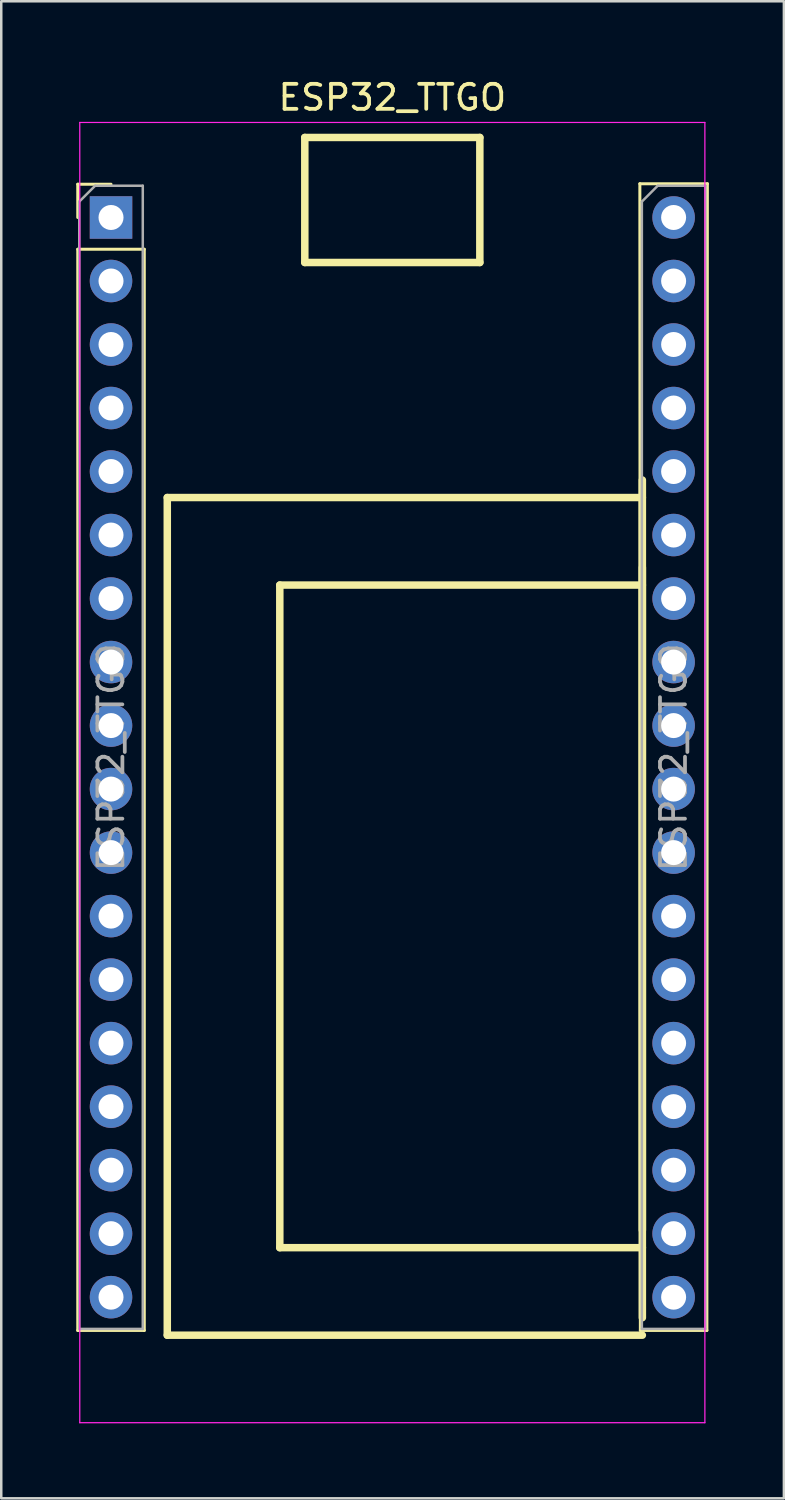
<source format=kicad_pcb>
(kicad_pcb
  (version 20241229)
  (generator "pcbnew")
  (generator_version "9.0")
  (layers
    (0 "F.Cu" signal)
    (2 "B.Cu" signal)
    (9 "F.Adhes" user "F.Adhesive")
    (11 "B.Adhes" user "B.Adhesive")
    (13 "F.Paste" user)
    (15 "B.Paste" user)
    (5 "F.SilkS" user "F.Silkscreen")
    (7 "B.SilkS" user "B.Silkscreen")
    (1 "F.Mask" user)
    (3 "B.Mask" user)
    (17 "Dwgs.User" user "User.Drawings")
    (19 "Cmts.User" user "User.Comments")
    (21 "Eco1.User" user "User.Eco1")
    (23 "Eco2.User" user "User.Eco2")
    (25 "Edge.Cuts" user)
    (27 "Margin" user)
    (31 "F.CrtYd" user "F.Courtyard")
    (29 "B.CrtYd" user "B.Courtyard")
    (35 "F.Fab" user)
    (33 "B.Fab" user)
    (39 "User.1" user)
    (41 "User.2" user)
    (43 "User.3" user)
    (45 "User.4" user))
  (footprint "ESP32_TTGO"
    (layer "F.Cu")
    (at 12.64 27.848)
    (property "Reference" "ESP32_TTGO" (at 0 -27 0) (layer "F.SilkS") (effects (font (size 1 1) (thickness 0.15))))
    (attr through_hole)
    (fp_line (start -12.58 -23.53) (end -11.25 -23.53) (stroke (width 0.12) (type solid)) (layer "F.SilkS"))
    (fp_line (start -12.58 -22.2) (end -12.58 -23.53) (stroke (width 0.12) (type solid)) (layer "F.SilkS"))
    (fp_line (start -12.58 -20.93) (end -12.58 22.31) (stroke (width 0.12) (type solid)) (layer "F.SilkS"))
    (fp_line (start -12.58 -20.93) (end -9.92 -20.93) (stroke (width 0.12) (type solid)) (layer "F.SilkS"))
    (fp_line (start -12.58 22.31) (end -9.92 22.31) (stroke (width 0.12) (type solid)) (layer "F.SilkS"))
    (fp_line (start -9.92 -20.93) (end -9.92 22.31) (stroke (width 0.12) (type solid)) (layer "F.SilkS"))
    (fp_line (start -9 -11) (end -9 22.5) (stroke (width 0.3) (type solid)) (layer "F.SilkS"))
    (fp_line (start -9 22.5) (end 10 22.5) (stroke (width 0.3) (type solid)) (layer "F.SilkS"))
    (fp_line (start -4.5 -7.5) (end 10 -7.5) (stroke (width 0.3) (type solid)) (layer "F.SilkS"))
    (fp_line (start -4.5 19) (end -4.5 -7.5) (stroke (width 0.3) (type solid)) (layer "F.SilkS"))
    (fp_line (start -3.5 -25.4) (end -3.5 -20.4) (stroke (width 0.3) (type solid)) (layer "F.SilkS"))
    (fp_line (start -3.5 -20.4) (end 3.5 -20.4) (stroke (width 0.3) (type solid)) (layer "F.SilkS"))
    (fp_line (start 3.5 -25.4) (end -3.5 -25.4) (stroke (width 0.3) (type solid)) (layer "F.SilkS"))
    (fp_line (start 3.5 -20.4) (end 3.5 -25.4) (stroke (width 0.3) (type solid)) (layer "F.SilkS"))
    (fp_line (start 9.9 -23.55) (end 9.92 22.31) (stroke (width 0.12) (type solid)) (layer "F.SilkS"))
    (fp_line (start 9.9 -23.55) (end 12.6 -23.55) (stroke (width 0.12) (type solid)) (layer "F.SilkS"))
    (fp_line (start 9.92 22.31) (end 12.58 22.31) (stroke (width 0.12) (type solid)) (layer "F.SilkS"))
    (fp_line (start 10 -11) (end -9 -11) (stroke (width 0.3) (type solid)) (layer "F.SilkS"))
    (fp_line (start 10 -8.2) (end 10 18.3) (stroke (width 0.3) (type solid)) (layer "F.SilkS"))
    (fp_line (start 10 19) (end -4.5 19) (stroke (width 0.3) (type solid)) (layer "F.SilkS"))
    (fp_line (start 10 21.8) (end 10 -11.7) (stroke (width 0.3) (type solid)) (layer "F.SilkS"))
    (fp_line (start 12.6 -23.55) (end 12.58 22.31) (stroke (width 0.12) (type solid)) (layer "F.SilkS"))
    (fp_line (start -12.5 -26) (end -12.5 26) (stroke (width 0.05) (type solid)) (layer "F.CrtYd"))
    (fp_line (start -12.5 26) (end 12.5 26) (stroke (width 0.05) (type solid)) (layer "F.CrtYd"))
    (fp_line (start 12.5 -26) (end -12.5 -26) (stroke (width 0.05) (type solid)) (layer "F.CrtYd"))
    (fp_line (start 12.5 26) (end 12.5 -26) (stroke (width 0.05) (type solid)) (layer "F.CrtYd"))
    (fp_line (start -12.52 -22.835) (end -11.885 -23.47) (stroke (width 0.1) (type solid)) (layer "F.Fab"))
    (fp_line (start -12.52 22.25) (end -12.52 -22.835) (stroke (width 0.1) (type solid)) (layer "F.Fab"))
    (fp_line (start -11.885 -23.47) (end -9.98 -23.47) (stroke (width 0.1) (type solid)) (layer "F.Fab"))
    (fp_line (start -9.98 -23.47) (end -9.98 22.25) (stroke (width 0.1) (type solid)) (layer "F.Fab"))
    (fp_line (start -9.98 22.25) (end -12.52 22.25) (stroke (width 0.1) (type solid)) (layer "F.Fab"))
    (fp_line (start 9.98 -22.835) (end 10.615 -23.47) (stroke (width 0.1) (type solid)) (layer "F.Fab"))
    (fp_line (start 9.98 22.25) (end 9.98 -22.835) (stroke (width 0.1) (type solid)) (layer "F.Fab"))
    (fp_line (start 10.615 -23.47) (end 12.52 -23.47) (stroke (width 0.1) (type solid)) (layer "F.Fab"))
    (fp_line (start 12.52 -23.47) (end 12.52 22.25) (stroke (width 0.1) (type solid)) (layer "F.Fab"))
    (fp_line (start 12.52 22.25) (end 9.98 22.25) (stroke (width 0.1) (type solid)) (layer "F.Fab"))
    (fp_text user "${REFERENCE}" (at 11.25 -0.61 90) (layer "F.Fab") (effects (font (size 1 1) (thickness 0.15))))
    (fp_text user "${REFERENCE}" (at -11.25 -0.61 90) (layer "F.Fab") (effects (font (size 1 1) (thickness 0.15))))
    (pad "1" thru_hole rect (at -11.25 -22.2) (size 1.7 1.7) (drill 1) (layers "*.Cu" "*.Mask"))
    (pad "2" thru_hole oval (at -11.25 -19.66) (size 1.7 1.7) (drill 1) (layers "*.Cu" "*.Mask"))
    (pad "3" thru_hole oval (at -11.25 -17.12) (size 1.7 1.7) (drill 1) (layers "*.Cu" "*.Mask"))
    (pad "4" thru_hole oval (at -11.25 -14.58) (size 1.7 1.7) (drill 1) (layers "*.Cu" "*.Mask"))
    (pad "5" thru_hole oval (at -11.25 -12.04) (size 1.7 1.7) (drill 1) (layers "*.Cu" "*.Mask"))
    (pad "6" thru_hole oval (at -11.25 -9.5) (size 1.7 1.7) (drill 1) (layers "*.Cu" "*.Mask"))
    (pad "7" thru_hole oval (at -11.25 -6.96) (size 1.7 1.7) (drill 1) (layers "*.Cu" "*.Mask"))
    (pad "8" thru_hole oval (at -11.25 -4.42) (size 1.7 1.7) (drill 1) (layers "*.Cu" "*.Mask"))
    (pad "9" thru_hole oval (at -11.25 -1.88) (size 1.7 1.7) (drill 1) (layers "*.Cu" "*.Mask"))
    (pad "10" thru_hole oval (at -11.25 0.66) (size 1.7 1.7) (drill 1) (layers "*.Cu" "*.Mask"))
    (pad "11" thru_hole oval (at -11.25 3.2) (size 1.7 1.7) (drill 1) (layers "*.Cu" "*.Mask"))
    (pad "12" thru_hole oval (at -11.25 5.74) (size 1.7 1.7) (drill 1) (layers "*.Cu" "*.Mask"))
    (pad "13" thru_hole oval (at -11.25 8.28) (size 1.7 1.7) (drill 1) (layers "*.Cu" "*.Mask"))
    (pad "14" thru_hole oval (at -11.25 10.82) (size 1.7 1.7) (drill 1) (layers "*.Cu" "*.Mask"))
    (pad "15" thru_hole oval (at -11.25 13.36) (size 1.7 1.7) (drill 1) (layers "*.Cu" "*.Mask"))
    (pad "16" thru_hole oval (at -11.25 15.9) (size 1.7 1.7) (drill 1) (layers "*.Cu" "*.Mask"))
    (pad "17" thru_hole oval (at -11.25 18.44) (size 1.7 1.7) (drill 1) (layers "*.Cu" "*.Mask"))
    (pad "18" thru_hole oval (at -11.25 20.98) (size 1.7 1.7) (drill 1) (layers "*.Cu" "*.Mask"))
    (pad "19" thru_hole oval (at 11.25 20.98) (size 1.7 1.7) (drill 1) (layers "*.Cu" "*.Mask"))
    (pad "20" thru_hole oval (at 11.25 18.44) (size 1.7 1.7) (drill 1) (layers "*.Cu" "*.Mask"))
    (pad "21" thru_hole oval (at 11.25 15.9) (size 1.7 1.7) (drill 1) (layers "*.Cu" "*.Mask"))
    (pad "22" thru_hole oval (at 11.25 13.36) (size 1.7 1.7) (drill 1) (layers "*.Cu" "*.Mask"))
    (pad "23" thru_hole oval (at 11.25 10.82) (size 1.7 1.7) (drill 1) (layers "*.Cu" "*.Mask"))
    (pad "24" thru_hole oval (at 11.25 8.28) (size 1.7 1.7) (drill 1) (layers "*.Cu" "*.Mask"))
    (pad "25" thru_hole oval (at 11.25 5.74) (size 1.7 1.7) (drill 1) (layers "*.Cu" "*.Mask"))
    (pad "26" thru_hole oval (at 11.25 3.2) (size 1.7 1.7) (drill 1) (layers "*.Cu" "*.Mask"))
    (pad "27" thru_hole oval (at 11.25 0.66) (size 1.7 1.7) (drill 1) (layers "*.Cu" "*.Mask"))
    (pad "28" thru_hole oval (at 11.25 -1.88) (size 1.7 1.7) (drill 1) (layers "*.Cu" "*.Mask"))
    (pad "29" thru_hole oval (at 11.25 -4.42) (size 1.7 1.7) (drill 1) (layers "*.Cu" "*.Mask"))
    (pad "30" thru_hole oval (at 11.25 -6.96) (size 1.7 1.7) (drill 1) (layers "*.Cu" "*.Mask"))
    (pad "31" thru_hole oval (at 11.25 -9.5) (size 1.7 1.7) (drill 1) (layers "*.Cu" "*.Mask"))
    (pad "32" thru_hole oval (at 11.25 -12.04) (size 1.7 1.7) (drill 1) (layers "*.Cu" "*.Mask"))
    (pad "33" thru_hole oval (at 11.25 -14.58) (size 1.7 1.7) (drill 1) (layers "*.Cu" "*.Mask"))
    (pad "34" thru_hole oval (at 11.25 -17.12) (size 1.7 1.7) (drill 1) (layers "*.Cu" "*.Mask"))
    (pad "35" thru_hole oval (at 11.25 -19.66) (size 1.7 1.7) (drill 1) (layers "*.Cu" "*.Mask"))
    (pad "36" thru_hole circle (at 11.25 -22.2) (size 1.7 1.7) (drill 1) (layers "*.Cu" "*.Mask")))
  (gr_rect
    (start -3 -3)
    (end 28.3 56.873)
    (stroke (width 0.1) (type default))
    (fill no)
    (layer "Edge.Cuts")))
</source>
